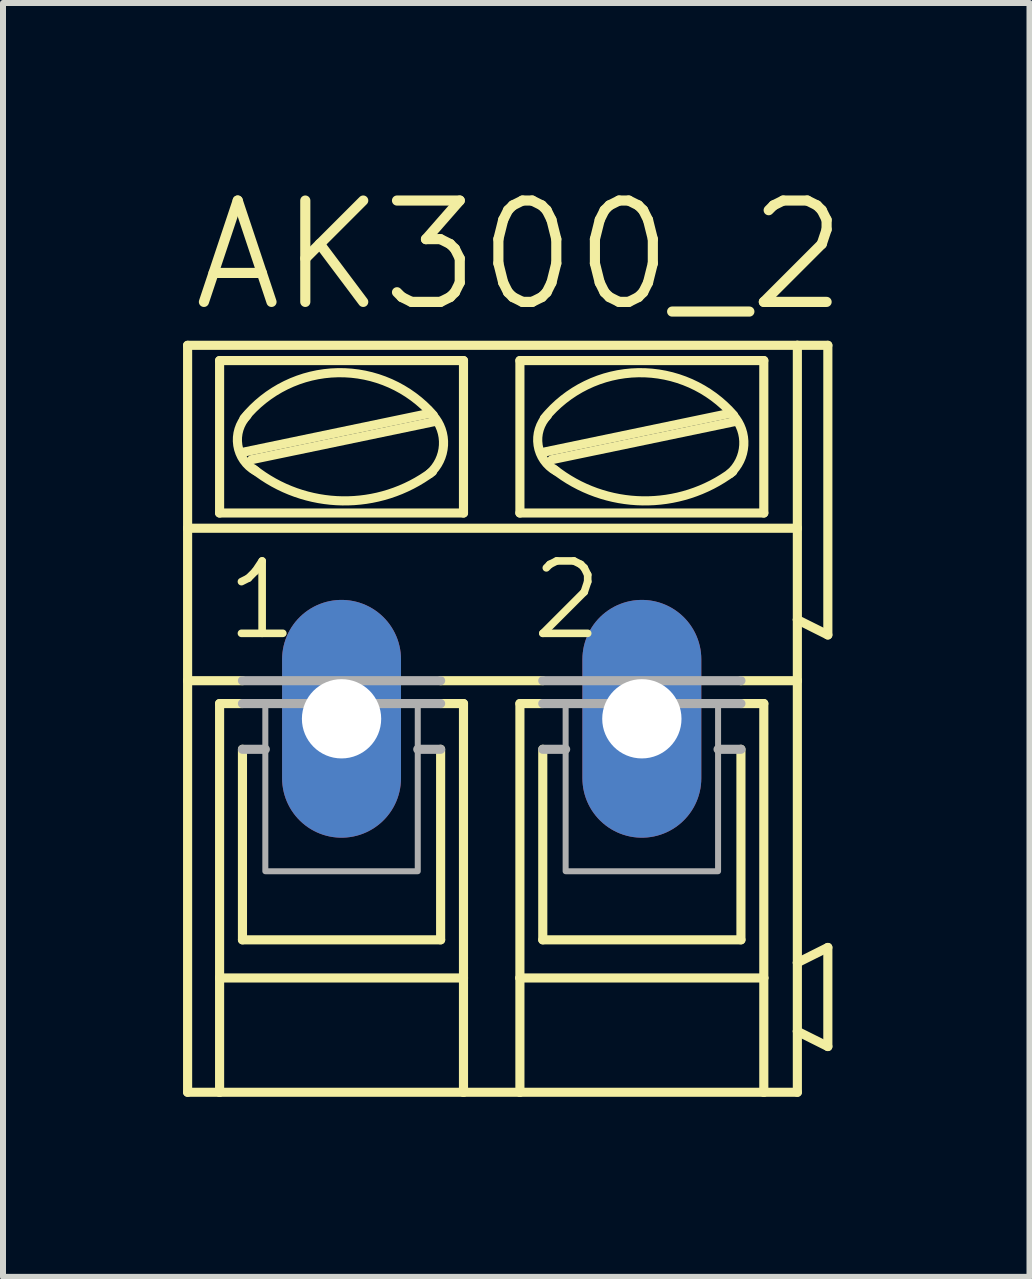
<source format=kicad_pcb>
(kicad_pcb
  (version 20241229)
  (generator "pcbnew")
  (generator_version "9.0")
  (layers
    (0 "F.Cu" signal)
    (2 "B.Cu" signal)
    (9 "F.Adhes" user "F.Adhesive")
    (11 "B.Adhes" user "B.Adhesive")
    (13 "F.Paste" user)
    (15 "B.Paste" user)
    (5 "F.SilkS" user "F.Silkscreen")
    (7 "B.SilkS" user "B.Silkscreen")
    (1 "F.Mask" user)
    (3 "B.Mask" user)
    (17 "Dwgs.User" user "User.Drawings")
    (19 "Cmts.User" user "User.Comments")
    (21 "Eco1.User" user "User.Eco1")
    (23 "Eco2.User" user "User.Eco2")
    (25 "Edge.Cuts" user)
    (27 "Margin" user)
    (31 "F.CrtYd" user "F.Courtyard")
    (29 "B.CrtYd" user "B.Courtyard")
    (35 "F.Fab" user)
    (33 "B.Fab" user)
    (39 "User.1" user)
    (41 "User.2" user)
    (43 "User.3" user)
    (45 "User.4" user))
  (footprint "AK300_2"
    (layer "F.Cu")
    (at 5.156 8.927)
    (property "Reference" "AK300_2" (at -5.08 -6.731 180) (layer "F.SilkS") (effects (font (size 1.689 1.689) (thickness 0.169)) (justify left bottom)))
    (attr through_hole)
    (fp_line (start -5.08 -3.175) (end -5.08 -6.223) (stroke (width 0.152) (type solid)) (layer "F.SilkS"))
    (fp_line (start -5.08 -3.175) (end 5.08 -3.175) (stroke (width 0.152) (type solid)) (layer "F.SilkS"))
    (fp_line (start -5.08 -0.635) (end -5.08 -3.175) (stroke (width 0.152) (type solid)) (layer "F.SilkS"))
    (fp_line (start -5.08 -0.635) (end -4.166 -0.635) (stroke (width 0.152) (type solid)) (layer "F.SilkS"))
    (fp_line (start -5.08 6.223) (end -5.08 -0.635) (stroke (width 0.152) (type solid)) (layer "F.SilkS"))
    (fp_line (start -5.08 6.223) (end -4.547 6.223) (stroke (width 0.152) (type solid)) (layer "F.SilkS"))
    (fp_line (start -4.547 -3.429) (end -4.547 -5.969) (stroke (width 0.152) (type solid)) (layer "F.SilkS"))
    (fp_line (start -4.547 -0.254) (end -4.547 4.318) (stroke (width 0.152) (type solid)) (layer "F.SilkS"))
    (fp_line (start -4.547 -0.254) (end -4.166 -0.254) (stroke (width 0.152) (type solid)) (layer "F.SilkS"))
    (fp_line (start -4.547 4.318) (end -4.547 6.223) (stroke (width 0.152) (type solid)) (layer "F.SilkS"))
    (fp_line (start -4.547 6.223) (end -0.483 6.223) (stroke (width 0.152) (type solid)) (layer "F.SilkS"))
    (fp_line (start -4.166 3.683) (end -4.166 0.508) (stroke (width 0.152) (type solid)) (layer "F.SilkS"))
    (fp_line (start -4.14 -4.445) (end -1.092 -5.08) (stroke (width 0.152) (type solid)) (layer "F.SilkS"))
    (fp_line (start -4.013 -4.318) (end -0.965 -4.953) (stroke (width 0.152) (type solid)) (layer "F.SilkS"))
    (fp_line (start -0.864 -0.635) (end 0.838 -0.635) (stroke (width 0.152) (type solid)) (layer "F.SilkS"))
    (fp_line (start -0.864 3.683) (end -4.166 3.683) (stroke (width 0.152) (type solid)) (layer "F.SilkS"))
    (fp_line (start -0.864 3.683) (end -0.864 0.508) (stroke (width 0.152) (type solid)) (layer "F.SilkS"))
    (fp_line (start -0.483 -5.969) (end -4.547 -5.969) (stroke (width 0.152) (type solid)) (layer "F.SilkS"))
    (fp_line (start -0.483 -3.429) (end -4.547 -3.429) (stroke (width 0.152) (type solid)) (layer "F.SilkS"))
    (fp_line (start -0.483 -3.429) (end -0.483 -5.969) (stroke (width 0.152) (type solid)) (layer "F.SilkS"))
    (fp_line (start -0.483 -0.254) (end -0.864 -0.254) (stroke (width 0.152) (type solid)) (layer "F.SilkS"))
    (fp_line (start -0.483 4.318) (end -4.547 4.318) (stroke (width 0.152) (type solid)) (layer "F.SilkS"))
    (fp_line (start -0.483 4.318) (end -0.483 -0.254) (stroke (width 0.152) (type solid)) (layer "F.SilkS"))
    (fp_line (start -0.483 6.223) (end -0.483 4.318) (stroke (width 0.152) (type solid)) (layer "F.SilkS"))
    (fp_line (start -0.483 6.223) (end 0.457 6.223) (stroke (width 0.152) (type solid)) (layer "F.SilkS"))
    (fp_line (start 0.457 -5.969) (end 4.521 -5.969) (stroke (width 0.152) (type solid)) (layer "F.SilkS"))
    (fp_line (start 0.457 -3.429) (end 0.457 -5.969) (stroke (width 0.152) (type solid)) (layer "F.SilkS"))
    (fp_line (start 0.457 -0.254) (end 0.838 -0.254) (stroke (width 0.152) (type solid)) (layer "F.SilkS"))
    (fp_line (start 0.457 4.318) (end 0.457 -0.254) (stroke (width 0.152) (type solid)) (layer "F.SilkS"))
    (fp_line (start 0.457 4.318) (end 4.521 4.318) (stroke (width 0.152) (type solid)) (layer "F.SilkS"))
    (fp_line (start 0.457 6.223) (end 0.457 4.318) (stroke (width 0.152) (type solid)) (layer "F.SilkS"))
    (fp_line (start 0.457 6.223) (end 4.521 6.223) (stroke (width 0.152) (type solid)) (layer "F.SilkS"))
    (fp_line (start 0.838 3.683) (end 0.838 0.508) (stroke (width 0.152) (type solid)) (layer "F.SilkS"))
    (fp_line (start 0.864 -4.445) (end 3.912 -5.08) (stroke (width 0.152) (type solid)) (layer "F.SilkS"))
    (fp_line (start 0.991 -4.318) (end 4.039 -4.953) (stroke (width 0.152) (type solid)) (layer "F.SilkS"))
    (fp_line (start 4.14 3.683) (end 0.838 3.683) (stroke (width 0.152) (type solid)) (layer "F.SilkS"))
    (fp_line (start 4.14 3.683) (end 4.14 0.508) (stroke (width 0.152) (type solid)) (layer "F.SilkS"))
    (fp_line (start 4.521 -5.969) (end 4.521 -3.429) (stroke (width 0.152) (type solid)) (layer "F.SilkS"))
    (fp_line (start 4.521 -3.429) (end 0.457 -3.429) (stroke (width 0.152) (type solid)) (layer "F.SilkS"))
    (fp_line (start 4.521 -0.254) (end 4.14 -0.254) (stroke (width 0.152) (type solid)) (layer "F.SilkS"))
    (fp_line (start 4.521 -0.254) (end 4.521 4.318) (stroke (width 0.152) (type solid)) (layer "F.SilkS"))
    (fp_line (start 4.521 4.318) (end 4.521 6.223) (stroke (width 0.152) (type solid)) (layer "F.SilkS"))
    (fp_line (start 4.521 6.223) (end 5.08 6.223) (stroke (width 0.152) (type solid)) (layer "F.SilkS"))
    (fp_line (start 5.08 -6.223) (end -5.08 -6.223) (stroke (width 0.152) (type solid)) (layer "F.SilkS"))
    (fp_line (start 5.08 -6.223) (end 5.08 -3.175) (stroke (width 0.152) (type solid)) (layer "F.SilkS"))
    (fp_line (start 5.08 -6.223) (end 5.588 -6.223) (stroke (width 0.152) (type solid)) (layer "F.SilkS"))
    (fp_line (start 5.08 -3.175) (end 5.08 -1.651) (stroke (width 0.152) (type solid)) (layer "F.SilkS"))
    (fp_line (start 5.08 -1.651) (end 5.08 -0.635) (stroke (width 0.152) (type solid)) (layer "F.SilkS"))
    (fp_line (start 5.08 -0.635) (end 4.14 -0.635) (stroke (width 0.152) (type solid)) (layer "F.SilkS"))
    (fp_line (start 5.08 -0.635) (end 5.08 4.064) (stroke (width 0.152) (type solid)) (layer "F.SilkS"))
    (fp_line (start 5.08 4.064) (end 5.08 5.207) (stroke (width 0.152) (type solid)) (layer "F.SilkS"))
    (fp_line (start 5.08 5.207) (end 5.08 6.223) (stroke (width 0.152) (type solid)) (layer "F.SilkS"))
    (fp_line (start 5.588 -6.223) (end 5.588 -1.397) (stroke (width 0.152) (type solid)) (layer "F.SilkS"))
    (fp_line (start 5.588 -1.397) (end 5.08 -1.651) (stroke (width 0.152) (type solid)) (layer "F.SilkS"))
    (fp_line (start 5.588 3.81) (end 5.08 4.064) (stroke (width 0.152) (type solid)) (layer "F.SilkS"))
    (fp_line (start 5.588 3.81) (end 5.588 5.461) (stroke (width 0.152) (type solid)) (layer "F.SilkS"))
    (fp_line (start 5.588 5.461) (end 5.08 5.207) (stroke (width 0.152) (type solid)) (layer "F.SilkS"))
    (fp_arc (start -4.1402 -5.0038) (mid -2.575826 -5.76695) (end -0.985799 -5.058801) (stroke (width 0.1524) (type solid)) (layer "F.SilkS"))
    (fp_arc (start -3.945701 -4.129699) (mid -4.243625 -4.557025) (end -4.0894 -5.0546) (stroke (width 0.1524) (type solid)) (layer "F.SilkS"))
    (fp_arc (start -1.000001 -4.118799) (mid -2.501904 -3.631242) (end -3.9878 -4.1656) (stroke (width 0.1524) (type solid)) (layer "F.SilkS"))
    (fp_arc (start -0.990699 -5.054499) (mid -0.816339 -4.558083) (end -1.0464 -4.0849) (stroke (width 0.1524) (type solid)) (layer "F.SilkS"))
    (fp_arc (start 0.8636 -5.0038) (mid 2.42792 -5.766807) (end 4.0178 -5.058598) (stroke (width 0.1524) (type solid)) (layer "F.SilkS"))
    (fp_arc (start 1.058098 -4.1297) (mid 0.760175 -4.557026) (end 0.9144 -5.0546) (stroke (width 0.1524) (type solid)) (layer "F.SilkS"))
    (fp_arc (start 4.0038 -4.118901) (mid 2.501914 -3.631283) (end 1.016 -4.1656) (stroke (width 0.1524) (type solid)) (layer "F.SilkS"))
    (fp_arc (start 4.0131 -5.0545) (mid 4.18746 -4.558084) (end 3.9574 -4.0849) (stroke (width 0.1524) (type solid)) (layer "F.SilkS"))
    (fp_line (start -4.166 -0.635) (end -0.864 -0.635) (stroke (width 0.152) (type solid)) (layer "F.Fab"))
    (fp_line (start -4.166 0.508) (end -3.785 0.508) (stroke (width 0.152) (type solid)) (layer "F.Fab"))
    (fp_line (start -0.864 -0.254) (end -4.166 -0.254) (stroke (width 0.152) (type solid)) (layer "F.Fab"))
    (fp_line (start -0.864 0.508) (end -1.245 0.508) (stroke (width 0.152) (type solid)) (layer "F.Fab"))
    (fp_line (start 0.838 -0.254) (end 4.14 -0.254) (stroke (width 0.152) (type solid)) (layer "F.Fab"))
    (fp_line (start 0.838 0.508) (end 1.219 0.508) (stroke (width 0.152) (type solid)) (layer "F.Fab"))
    (fp_line (start 4.14 -0.635) (end 0.838 -0.635) (stroke (width 0.152) (type solid)) (layer "F.Fab"))
    (fp_line (start 4.14 0.508) (end 3.759 0.508) (stroke (width 0.152) (type solid)) (layer "F.Fab"))
    (fp_poly (pts (xy -3.785 2.54) (xy -1.245 2.54) (xy -1.245 -0.254) (xy -3.785 -0.254)) (stroke (width 0.1) (type solid)) (fill no) (layer "F.Fab"))
    (fp_poly (pts (xy 1.219 2.54) (xy 3.759 2.54) (xy 3.759 -0.254) (xy 1.219 -0.254)) (stroke (width 0.1) (type solid)) (fill no) (layer "F.Fab"))
    (fp_text user "1" (at -4.496 -1.27 0) (layer "F.SilkS") (effects (font (size 1.206 1.206) (thickness 0.127)) (justify left bottom)))
    (fp_text user "2" (at 0.584 -1.27 0) (layer "F.SilkS") (effects (font (size 1.206 1.206) (thickness 0.127)) (justify left bottom)))
    (pad "1" thru_hole oval (at -2.515 0 90) (size 3.962 1.981) (drill 1.321) (layers "*.Cu" "*.Mask"))
    (pad "2" thru_hole oval (at 2.489 0 90) (size 3.962 1.981) (drill 1.321) (layers "*.Cu" "*.Mask")))
  (gr_rect
    (start -3 -3)
    (end 14.104 18.226)
    (stroke (width 0.1) (type default))
    (fill no)
    (layer "Edge.Cuts")))
</source>
